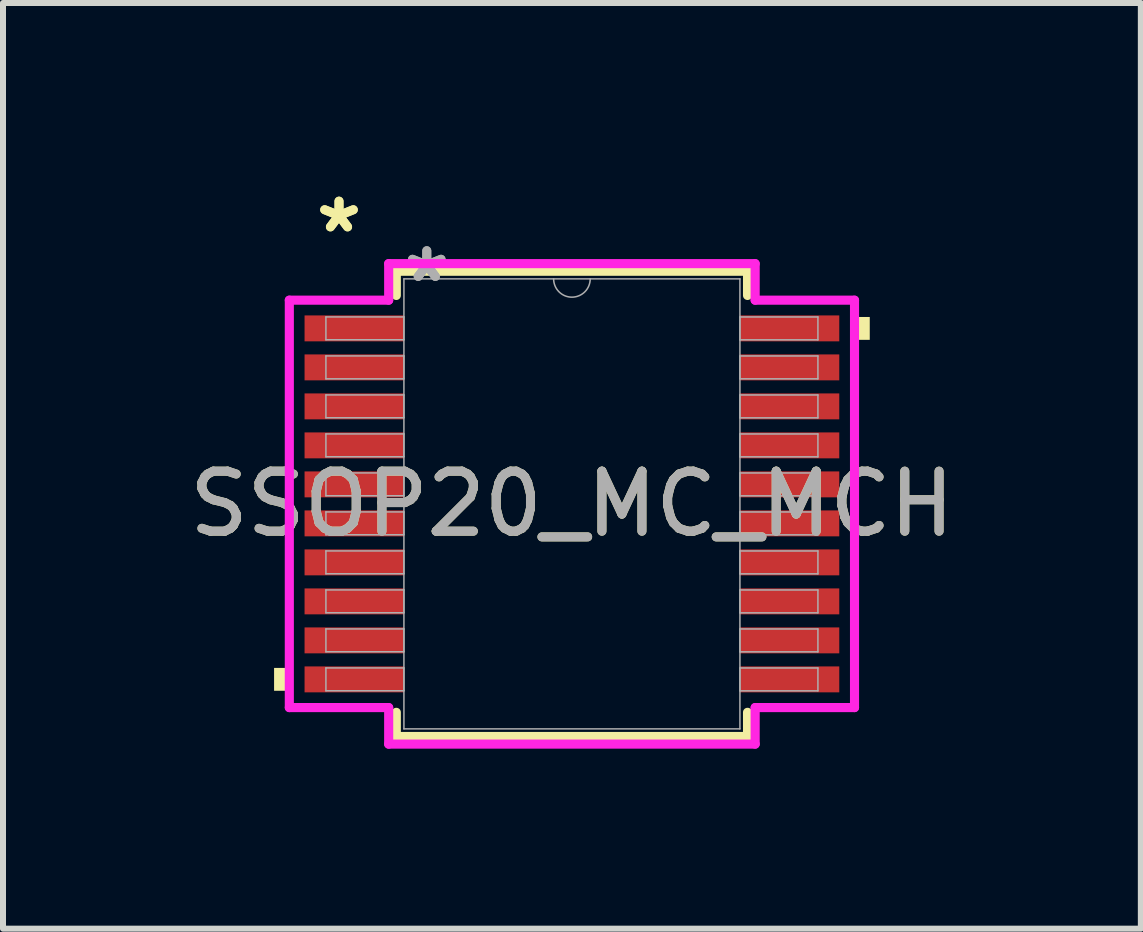
<source format=kicad_pcb>
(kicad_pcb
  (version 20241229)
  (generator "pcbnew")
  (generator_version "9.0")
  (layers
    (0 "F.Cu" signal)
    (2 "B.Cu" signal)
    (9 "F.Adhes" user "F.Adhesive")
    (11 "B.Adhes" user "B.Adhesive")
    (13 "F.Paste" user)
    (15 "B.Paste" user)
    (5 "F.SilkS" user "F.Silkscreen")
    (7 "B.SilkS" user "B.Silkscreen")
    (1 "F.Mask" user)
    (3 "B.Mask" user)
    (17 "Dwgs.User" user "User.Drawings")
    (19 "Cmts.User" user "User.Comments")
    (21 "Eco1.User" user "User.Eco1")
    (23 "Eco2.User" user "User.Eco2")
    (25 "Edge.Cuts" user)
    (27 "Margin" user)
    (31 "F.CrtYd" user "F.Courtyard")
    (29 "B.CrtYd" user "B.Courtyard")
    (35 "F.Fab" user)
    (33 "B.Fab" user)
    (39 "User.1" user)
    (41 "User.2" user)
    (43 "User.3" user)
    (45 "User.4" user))
  (footprint "SSOP20_MC_MCH"
    (layer "F.Cu")
    (at 6.482 5.348)
    (property "Reference" "SSOP20_MC_MCH" (at 0 0 0) (unlocked yes) (layer "F.SilkS") (effects (font (size 1 1) (thickness 0.15))))
    (attr smd)
    (fp_line (start -2.927 -3.877) (end -2.927 -3.474) (stroke (width 0.152) (type solid)) (layer "F.SilkS"))
    (fp_line (start -2.927 3.474) (end -2.927 3.877) (stroke (width 0.152) (type solid)) (layer "F.SilkS"))
    (fp_line (start -2.927 3.877) (end 2.927 3.877) (stroke (width 0.152) (type solid)) (layer "F.SilkS"))
    (fp_line (start 2.927 -3.877) (end -2.927 -3.877) (stroke (width 0.152) (type solid)) (layer "F.SilkS"))
    (fp_line (start 2.927 -3.474) (end 2.927 -3.877) (stroke (width 0.152) (type solid)) (layer "F.SilkS"))
    (fp_line (start 2.927 3.877) (end 2.927 3.474) (stroke (width 0.152) (type solid)) (layer "F.SilkS"))
    (fp_poly (pts (xy -4.964 2.734) (xy -4.964 3.115) (xy -4.71 3.115) (xy -4.71 2.734)) (stroke (width 0) (type solid)) (fill yes) (layer "F.SilkS"))
    (fp_poly (pts (xy 4.964 -3.115) (xy 4.964 -2.734) (xy 4.71 -2.734) (xy 4.71 -3.115)) (stroke (width 0) (type solid)) (fill yes) (layer "F.SilkS"))
    (fp_line (start -4.71 -3.395) (end -3.054 -3.395) (stroke (width 0.152) (type solid)) (layer "F.CrtYd"))
    (fp_line (start -4.71 3.395) (end -4.71 -3.395) (stroke (width 0.152) (type solid)) (layer "F.CrtYd"))
    (fp_line (start -4.71 3.395) (end -3.054 3.395) (stroke (width 0.152) (type solid)) (layer "F.CrtYd"))
    (fp_line (start -3.054 -4.004) (end 3.054 -4.004) (stroke (width 0.152) (type solid)) (layer "F.CrtYd"))
    (fp_line (start -3.054 -3.395) (end -3.054 -4.004) (stroke (width 0.152) (type solid)) (layer "F.CrtYd"))
    (fp_line (start -3.054 4.004) (end -3.054 3.395) (stroke (width 0.152) (type solid)) (layer "F.CrtYd"))
    (fp_line (start 3.054 -4.004) (end 3.054 -3.395) (stroke (width 0.152) (type solid)) (layer "F.CrtYd"))
    (fp_line (start 3.054 3.395) (end 3.054 4.004) (stroke (width 0.152) (type solid)) (layer "F.CrtYd"))
    (fp_line (start 3.054 4.004) (end -3.054 4.004) (stroke (width 0.152) (type solid)) (layer "F.CrtYd"))
    (fp_line (start 4.71 -3.395) (end 3.054 -3.395) (stroke (width 0.152) (type solid)) (layer "F.CrtYd"))
    (fp_line (start 4.71 -3.395) (end 4.71 3.395) (stroke (width 0.152) (type solid)) (layer "F.CrtYd"))
    (fp_line (start 4.71 3.395) (end 3.054 3.395) (stroke (width 0.152) (type solid)) (layer "F.CrtYd"))
    (fp_line (start -4.1 -3.116) (end -4.1 -2.735) (stroke (width 0.025) (type solid)) (layer "F.Fab"))
    (fp_line (start -4.1 -2.735) (end -2.8 -2.735) (stroke (width 0.025) (type solid)) (layer "F.Fab"))
    (fp_line (start -4.1 -2.466) (end -4.1 -2.084) (stroke (width 0.025) (type solid)) (layer "F.Fab"))
    (fp_line (start -4.1 -2.084) (end -2.8 -2.084) (stroke (width 0.025) (type solid)) (layer "F.Fab"))
    (fp_line (start -4.1 -1.816) (end -4.1 -1.435) (stroke (width 0.025) (type solid)) (layer "F.Fab"))
    (fp_line (start -4.1 -1.435) (end -2.8 -1.435) (stroke (width 0.025) (type solid)) (layer "F.Fab"))
    (fp_line (start -4.1 -1.166) (end -4.1 -0.785) (stroke (width 0.025) (type solid)) (layer "F.Fab"))
    (fp_line (start -4.1 -0.785) (end -2.8 -0.785) (stroke (width 0.025) (type solid)) (layer "F.Fab"))
    (fp_line (start -4.1 -0.516) (end -4.1 -0.135) (stroke (width 0.025) (type solid)) (layer "F.Fab"))
    (fp_line (start -4.1 -0.135) (end -2.8 -0.135) (stroke (width 0.025) (type solid)) (layer "F.Fab"))
    (fp_line (start -4.1 0.134) (end -4.1 0.515) (stroke (width 0.025) (type solid)) (layer "F.Fab"))
    (fp_line (start -4.1 0.515) (end -2.8 0.515) (stroke (width 0.025) (type solid)) (layer "F.Fab"))
    (fp_line (start -4.1 0.784) (end -4.1 1.165) (stroke (width 0.025) (type solid)) (layer "F.Fab"))
    (fp_line (start -4.1 1.165) (end -2.8 1.165) (stroke (width 0.025) (type solid)) (layer "F.Fab"))
    (fp_line (start -4.1 1.434) (end -4.1 1.815) (stroke (width 0.025) (type solid)) (layer "F.Fab"))
    (fp_line (start -4.1 1.815) (end -2.8 1.815) (stroke (width 0.025) (type solid)) (layer "F.Fab"))
    (fp_line (start -4.1 2.084) (end -4.1 2.465) (stroke (width 0.025) (type solid)) (layer "F.Fab"))
    (fp_line (start -4.1 2.465) (end -2.8 2.465) (stroke (width 0.025) (type solid)) (layer "F.Fab"))
    (fp_line (start -4.1 2.734) (end -4.1 3.115) (stroke (width 0.025) (type solid)) (layer "F.Fab"))
    (fp_line (start -4.1 3.115) (end -2.8 3.115) (stroke (width 0.025) (type solid)) (layer "F.Fab"))
    (fp_line (start -2.8 -3.75) (end -2.8 3.75) (stroke (width 0.025) (type solid)) (layer "F.Fab"))
    (fp_line (start -2.8 -3.116) (end -4.1 -3.116) (stroke (width 0.025) (type solid)) (layer "F.Fab"))
    (fp_line (start -2.8 -2.735) (end -2.8 -3.116) (stroke (width 0.025) (type solid)) (layer "F.Fab"))
    (fp_line (start -2.8 -2.466) (end -4.1 -2.466) (stroke (width 0.025) (type solid)) (layer "F.Fab"))
    (fp_line (start -2.8 -2.084) (end -2.8 -2.466) (stroke (width 0.025) (type solid)) (layer "F.Fab"))
    (fp_line (start -2.8 -1.816) (end -4.1 -1.816) (stroke (width 0.025) (type solid)) (layer "F.Fab"))
    (fp_line (start -2.8 -1.435) (end -2.8 -1.816) (stroke (width 0.025) (type solid)) (layer "F.Fab"))
    (fp_line (start -2.8 -1.166) (end -4.1 -1.166) (stroke (width 0.025) (type solid)) (layer "F.Fab"))
    (fp_line (start -2.8 -0.785) (end -2.8 -1.166) (stroke (width 0.025) (type solid)) (layer "F.Fab"))
    (fp_line (start -2.8 -0.516) (end -4.1 -0.516) (stroke (width 0.025) (type solid)) (layer "F.Fab"))
    (fp_line (start -2.8 -0.135) (end -2.8 -0.516) (stroke (width 0.025) (type solid)) (layer "F.Fab"))
    (fp_line (start -2.8 0.134) (end -4.1 0.134) (stroke (width 0.025) (type solid)) (layer "F.Fab"))
    (fp_line (start -2.8 0.515) (end -2.8 0.134) (stroke (width 0.025) (type solid)) (layer "F.Fab"))
    (fp_line (start -2.8 0.784) (end -4.1 0.784) (stroke (width 0.025) (type solid)) (layer "F.Fab"))
    (fp_line (start -2.8 1.165) (end -2.8 0.784) (stroke (width 0.025) (type solid)) (layer "F.Fab"))
    (fp_line (start -2.8 1.434) (end -4.1 1.434) (stroke (width 0.025) (type solid)) (layer "F.Fab"))
    (fp_line (start -2.8 1.815) (end -2.8 1.434) (stroke (width 0.025) (type solid)) (layer "F.Fab"))
    (fp_line (start -2.8 2.084) (end -4.1 2.084) (stroke (width 0.025) (type solid)) (layer "F.Fab"))
    (fp_line (start -2.8 2.465) (end -2.8 2.084) (stroke (width 0.025) (type solid)) (layer "F.Fab"))
    (fp_line (start -2.8 2.734) (end -4.1 2.734) (stroke (width 0.025) (type solid)) (layer "F.Fab"))
    (fp_line (start -2.8 3.115) (end -2.8 2.734) (stroke (width 0.025) (type solid)) (layer "F.Fab"))
    (fp_line (start -2.8 3.75) (end 2.8 3.75) (stroke (width 0.025) (type solid)) (layer "F.Fab"))
    (fp_line (start 2.8 -3.75) (end -2.8 -3.75) (stroke (width 0.025) (type solid)) (layer "F.Fab"))
    (fp_line (start 2.8 -3.115) (end 2.8 -2.734) (stroke (width 0.025) (type solid)) (layer "F.Fab"))
    (fp_line (start 2.8 -2.734) (end 4.1 -2.734) (stroke (width 0.025) (type solid)) (layer "F.Fab"))
    (fp_line (start 2.8 -2.465) (end 2.8 -2.084) (stroke (width 0.025) (type solid)) (layer "F.Fab"))
    (fp_line (start 2.8 -2.084) (end 4.1 -2.084) (stroke (width 0.025) (type solid)) (layer "F.Fab"))
    (fp_line (start 2.8 -1.815) (end 2.8 -1.434) (stroke (width 0.025) (type solid)) (layer "F.Fab"))
    (fp_line (start 2.8 -1.434) (end 4.1 -1.434) (stroke (width 0.025) (type solid)) (layer "F.Fab"))
    (fp_line (start 2.8 -1.165) (end 2.8 -0.784) (stroke (width 0.025) (type solid)) (layer "F.Fab"))
    (fp_line (start 2.8 -0.784) (end 4.1 -0.784) (stroke (width 0.025) (type solid)) (layer "F.Fab"))
    (fp_line (start 2.8 -0.515) (end 2.8 -0.134) (stroke (width 0.025) (type solid)) (layer "F.Fab"))
    (fp_line (start 2.8 -0.134) (end 4.1 -0.134) (stroke (width 0.025) (type solid)) (layer "F.Fab"))
    (fp_line (start 2.8 0.135) (end 2.8 0.516) (stroke (width 0.025) (type solid)) (layer "F.Fab"))
    (fp_line (start 2.8 0.516) (end 4.1 0.516) (stroke (width 0.025) (type solid)) (layer "F.Fab"))
    (fp_line (start 2.8 0.785) (end 2.8 1.166) (stroke (width 0.025) (type solid)) (layer "F.Fab"))
    (fp_line (start 2.8 1.166) (end 4.1 1.166) (stroke (width 0.025) (type solid)) (layer "F.Fab"))
    (fp_line (start 2.8 1.435) (end 2.8 1.816) (stroke (width 0.025) (type solid)) (layer "F.Fab"))
    (fp_line (start 2.8 1.816) (end 4.1 1.816) (stroke (width 0.025) (type solid)) (layer "F.Fab"))
    (fp_line (start 2.8 2.085) (end 2.8 2.466) (stroke (width 0.025) (type solid)) (layer "F.Fab"))
    (fp_line (start 2.8 2.466) (end 4.1 2.466) (stroke (width 0.025) (type solid)) (layer "F.Fab"))
    (fp_line (start 2.8 2.735) (end 2.8 3.116) (stroke (width 0.025) (type solid)) (layer "F.Fab"))
    (fp_line (start 2.8 3.116) (end 4.1 3.116) (stroke (width 0.025) (type solid)) (layer "F.Fab"))
    (fp_line (start 2.8 3.75) (end 2.8 -3.75) (stroke (width 0.025) (type solid)) (layer "F.Fab"))
    (fp_line (start 4.1 -3.115) (end 2.8 -3.115) (stroke (width 0.025) (type solid)) (layer "F.Fab"))
    (fp_line (start 4.1 -2.734) (end 4.1 -3.115) (stroke (width 0.025) (type solid)) (layer "F.Fab"))
    (fp_line (start 4.1 -2.465) (end 2.8 -2.465) (stroke (width 0.025) (type solid)) (layer "F.Fab"))
    (fp_line (start 4.1 -2.084) (end 4.1 -2.465) (stroke (width 0.025) (type solid)) (layer "F.Fab"))
    (fp_line (start 4.1 -1.815) (end 2.8 -1.815) (stroke (width 0.025) (type solid)) (layer "F.Fab"))
    (fp_line (start 4.1 -1.434) (end 4.1 -1.815) (stroke (width 0.025) (type solid)) (layer "F.Fab"))
    (fp_line (start 4.1 -1.165) (end 2.8 -1.165) (stroke (width 0.025) (type solid)) (layer "F.Fab"))
    (fp_line (start 4.1 -0.784) (end 4.1 -1.165) (stroke (width 0.025) (type solid)) (layer "F.Fab"))
    (fp_line (start 4.1 -0.515) (end 2.8 -0.515) (stroke (width 0.025) (type solid)) (layer "F.Fab"))
    (fp_line (start 4.1 -0.134) (end 4.1 -0.515) (stroke (width 0.025) (type solid)) (layer "F.Fab"))
    (fp_line (start 4.1 0.135) (end 2.8 0.135) (stroke (width 0.025) (type solid)) (layer "F.Fab"))
    (fp_line (start 4.1 0.516) (end 4.1 0.135) (stroke (width 0.025) (type solid)) (layer "F.Fab"))
    (fp_line (start 4.1 0.785) (end 2.8 0.785) (stroke (width 0.025) (type solid)) (layer "F.Fab"))
    (fp_line (start 4.1 1.166) (end 4.1 0.785) (stroke (width 0.025) (type solid)) (layer "F.Fab"))
    (fp_line (start 4.1 1.435) (end 2.8 1.435) (stroke (width 0.025) (type solid)) (layer "F.Fab"))
    (fp_line (start 4.1 1.816) (end 4.1 1.435) (stroke (width 0.025) (type solid)) (layer "F.Fab"))
    (fp_line (start 4.1 2.085) (end 2.8 2.085) (stroke (width 0.025) (type solid)) (layer "F.Fab"))
    (fp_line (start 4.1 2.466) (end 4.1 2.085) (stroke (width 0.025) (type solid)) (layer "F.Fab"))
    (fp_line (start 4.1 2.735) (end 2.8 2.735) (stroke (width 0.025) (type solid)) (layer "F.Fab"))
    (fp_line (start 4.1 3.116) (end 4.1 2.735) (stroke (width 0.025) (type solid)) (layer "F.Fab"))
    (fp_arc (start 0.3048 -3.75) (mid 0 -3.4452) (end -0.3048 -3.75) (stroke (width 0.0254) (type solid)) (layer "F.Fab"))
    (fp_text user "*" (at -3.882 -4.5 0) (unlocked yes) (layer "F.SilkS") (effects (font (size 1 1) (thickness 0.15))))
    (fp_text user "*" (at -3.882 -4.5 0) (layer "F.SilkS") (effects (font (size 1 1) (thickness 0.15))))
    (fp_text user "*" (at -2.419 -3.674 0) (unlocked yes) (layer "F.Fab") (effects (font (size 1 1) (thickness 0.15))))
    (fp_text user "*" (at -2.419 -3.674 0) (layer "F.Fab") (effects (font (size 1 1) (thickness 0.15))))
    (fp_text user "${REFERENCE}" (at 0 0 0) (unlocked yes) (layer "F.Fab") (effects (font (size 1 1) (thickness 0.15))))
    (pad "1" smd rect (at -3.628 -2.925) (size 1.656 0.432) (layers "F.Cu" "F.Mask" "F.Paste"))
    (pad "2" smd rect (at -3.628 -2.275) (size 1.656 0.432) (layers "F.Cu" "F.Mask" "F.Paste"))
    (pad "3" smd rect (at -3.628 -1.625) (size 1.656 0.432) (layers "F.Cu" "F.Mask" "F.Paste"))
    (pad "4" smd rect (at -3.628 -0.975) (size 1.656 0.432) (layers "F.Cu" "F.Mask" "F.Paste"))
    (pad "5" smd rect (at -3.628 -0.325) (size 1.656 0.432) (layers "F.Cu" "F.Mask" "F.Paste"))
    (pad "6" smd rect (at -3.628 0.325) (size 1.656 0.432) (layers "F.Cu" "F.Mask" "F.Paste"))
    (pad "7" smd rect (at -3.628 0.975) (size 1.656 0.432) (layers "F.Cu" "F.Mask" "F.Paste"))
    (pad "8" smd rect (at -3.628 1.625) (size 1.656 0.432) (layers "F.Cu" "F.Mask" "F.Paste"))
    (pad "9" smd rect (at -3.628 2.275) (size 1.656 0.432) (layers "F.Cu" "F.Mask" "F.Paste"))
    (pad "10" smd rect (at -3.628 2.925) (size 1.656 0.432) (layers "F.Cu" "F.Mask" "F.Paste"))
    (pad "11" smd rect (at 3.628 2.925) (size 1.656 0.432) (layers "F.Cu" "F.Mask" "F.Paste"))
    (pad "12" smd rect (at 3.628 2.275) (size 1.656 0.432) (layers "F.Cu" "F.Mask" "F.Paste"))
    (pad "13" smd rect (at 3.628 1.625) (size 1.656 0.432) (layers "F.Cu" "F.Mask" "F.Paste"))
    (pad "14" smd rect (at 3.628 0.975) (size 1.656 0.432) (layers "F.Cu" "F.Mask" "F.Paste"))
    (pad "15" smd rect (at 3.628 0.325) (size 1.656 0.432) (layers "F.Cu" "F.Mask" "F.Paste"))
    (pad "16" smd rect (at 3.628 -0.325) (size 1.656 0.432) (layers "F.Cu" "F.Mask" "F.Paste"))
    (pad "17" smd rect (at 3.628 -0.975) (size 1.656 0.432) (layers "F.Cu" "F.Mask" "F.Paste"))
    (pad "18" smd rect (at 3.628 -1.625) (size 1.656 0.432) (layers "F.Cu" "F.Mask" "F.Paste"))
    (pad "19" smd rect (at 3.628 -2.275) (size 1.656 0.432) (layers "F.Cu" "F.Mask" "F.Paste"))
    (pad "20" smd rect (at 3.628 -2.925) (size 1.656 0.432) (layers "F.Cu" "F.Mask" "F.Paste")))
  (gr_rect
    (start -3 -3)
    (end 15.964 12.428)
    (stroke (width 0.1) (type default))
    (fill no)
    (layer "Edge.Cuts")))
</source>
